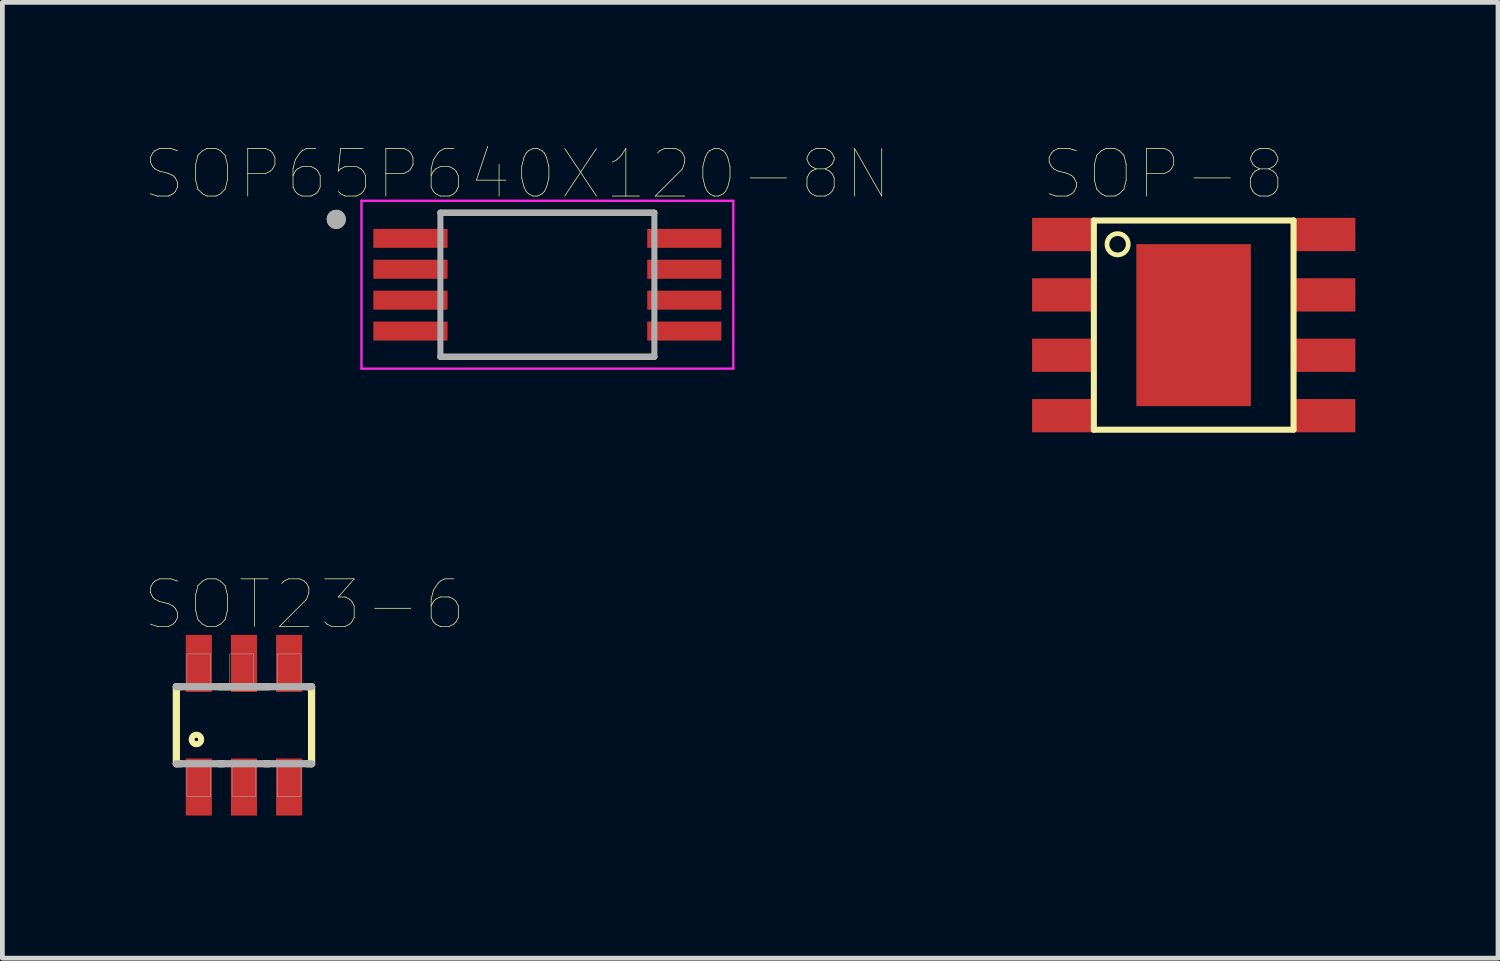
<source format=kicad_pcb>
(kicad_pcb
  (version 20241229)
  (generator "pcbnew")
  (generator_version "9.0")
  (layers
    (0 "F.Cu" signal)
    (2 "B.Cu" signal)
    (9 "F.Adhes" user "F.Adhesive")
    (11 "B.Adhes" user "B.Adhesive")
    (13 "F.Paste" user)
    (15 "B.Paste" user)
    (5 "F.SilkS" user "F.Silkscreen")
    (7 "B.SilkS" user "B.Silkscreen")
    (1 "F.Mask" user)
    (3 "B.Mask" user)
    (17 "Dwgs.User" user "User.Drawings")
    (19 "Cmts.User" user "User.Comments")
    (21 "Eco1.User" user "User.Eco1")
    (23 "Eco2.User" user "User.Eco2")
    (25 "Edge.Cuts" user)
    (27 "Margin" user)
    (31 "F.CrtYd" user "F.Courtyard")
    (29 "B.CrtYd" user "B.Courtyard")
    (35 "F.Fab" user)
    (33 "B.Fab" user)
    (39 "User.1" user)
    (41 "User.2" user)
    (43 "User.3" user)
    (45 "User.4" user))
  (footprint "SOP65P640X120-8N"
    (layer "F.Cu")
    (at 8.462 2.938)
    (property "Reference" "SOP65P640X120-8N" (at -0.635 -2.327 0) (layer "F.SilkS") (effects (font (size 1 1) (thickness 0.015))))
    (attr through_hole)
    (fp_line (start -2.25 -1.515) (end 2.25 -1.515) (stroke (width 0.127) (type solid)) (layer "F.SilkS"))
    (fp_line (start -2.25 1.515) (end 2.25 1.515) (stroke (width 0.127) (type solid)) (layer "F.SilkS"))
    (fp_circle (center -4.44 -1.375) (end -4.34 -1.375) (stroke (width 0.2) (type solid)) (fill no) (layer "F.SilkS"))
    (fp_line (start -3.91 -1.765) (end -3.91 1.765) (stroke (width 0.05) (type solid)) (layer "F.CrtYd"))
    (fp_line (start -3.91 -1.765) (end 3.91 -1.765) (stroke (width 0.05) (type solid)) (layer "F.CrtYd"))
    (fp_line (start -3.91 1.765) (end 3.91 1.765) (stroke (width 0.05) (type solid)) (layer "F.CrtYd"))
    (fp_line (start 3.91 -1.765) (end 3.91 1.765) (stroke (width 0.05) (type solid)) (layer "F.CrtYd"))
    (fp_line (start -2.25 -1.515) (end -2.25 1.515) (stroke (width 0.127) (type solid)) (layer "F.Fab"))
    (fp_line (start -2.25 -1.515) (end 2.25 -1.515) (stroke (width 0.127) (type solid)) (layer "F.Fab"))
    (fp_line (start -2.25 1.515) (end 2.25 1.515) (stroke (width 0.127) (type solid)) (layer "F.Fab"))
    (fp_line (start 2.25 -1.515) (end 2.25 1.515) (stroke (width 0.127) (type solid)) (layer "F.Fab"))
    (fp_circle (center -4.44 -1.375) (end -4.34 -1.375) (stroke (width 0.2) (type solid)) (fill no) (layer "F.Fab"))
    (pad "1" smd rect (at -2.88 -0.975) (size 1.56 0.4) (layers "F.Cu" "F.Mask" "F.Paste"))
    (pad "2" smd rect (at -2.88 -0.325) (size 1.56 0.4) (layers "F.Cu" "F.Mask" "F.Paste"))
    (pad "3" smd rect (at -2.88 0.325) (size 1.56 0.4) (layers "F.Cu" "F.Mask" "F.Paste"))
    (pad "4" smd rect (at -2.88 0.975) (size 1.56 0.4) (layers "F.Cu" "F.Mask" "F.Paste"))
    (pad "5" smd rect (at 2.88 0.975) (size 1.56 0.4) (layers "F.Cu" "F.Mask" "F.Paste"))
    (pad "6" smd rect (at 2.88 0.325) (size 1.56 0.4) (layers "F.Cu" "F.Mask" "F.Paste"))
    (pad "7" smd rect (at 2.88 -0.325) (size 1.56 0.4) (layers "F.Cu" "F.Mask" "F.Paste"))
    (pad "8" smd rect (at 2.88 -0.975) (size 1.56 0.4) (layers "F.Cu" "F.Mask" "F.Paste")))
  (footprint "SOT23-6"
    (layer "F.Cu")
    (at 2.081 12.202)
    (property "Reference" "SOT23-6" (at 1.27 -2.54 0) (layer "F.SilkS") (effects (font (size 1 1) (thickness 0.015))))
    (attr through_hole)
    (fp_line (start -1.422 -0.81) (end -1.328 -0.81) (stroke (width 0.152) (type solid)) (layer "F.SilkS"))
    (fp_line (start -1.422 0.81) (end -1.422 -0.81) (stroke (width 0.152) (type solid)) (layer "F.SilkS"))
    (fp_line (start -1.328 0.81) (end -1.422 0.81) (stroke (width 0.152) (type solid)) (layer "F.SilkS"))
    (fp_line (start -0.522 -0.81) (end 0.522 -0.81) (stroke (width 0.152) (type solid)) (layer "F.SilkS"))
    (fp_line (start -0.428 0.81) (end -0.522 0.81) (stroke (width 0.152) (type solid)) (layer "F.SilkS"))
    (fp_line (start 0.522 0.81) (end 0.428 0.81) (stroke (width 0.152) (type solid)) (layer "F.SilkS"))
    (fp_line (start 1.328 -0.81) (end 1.422 -0.81) (stroke (width 0.152) (type solid)) (layer "F.SilkS"))
    (fp_line (start 1.422 -0.81) (end 1.422 0.81) (stroke (width 0.152) (type solid)) (layer "F.SilkS"))
    (fp_line (start 1.422 0.81) (end 1.328 0.81) (stroke (width 0.152) (type solid)) (layer "F.SilkS"))
    (fp_circle (center -1 0.3) (end -0.9 0.3) (stroke (width 0.127) (type solid)) (fill no) (layer "F.SilkS"))
    (fp_line (start -1.422 -0.81) (end 1.422 -0.81) (stroke (width 0.152) (type solid)) (layer "F.Fab"))
    (fp_line (start 1.422 0.81) (end -1.422 0.81) (stroke (width 0.152) (type solid)) (layer "F.Fab"))
    (fp_poly (pts (xy -1.2 -1.5) (xy -0.7 -1.5) (xy -0.7 -0.85) (xy -1.2 -0.85)) (stroke (width 0.01) (type solid)) (fill no) (layer "F.Fab"))
    (fp_poly (pts (xy -1.2 0.85) (xy -0.7 0.85) (xy -0.7 1.5) (xy -1.2 1.5)) (stroke (width 0.01) (type solid)) (fill no) (layer "F.Fab"))
    (fp_poly (pts (xy -0.3 -1.5) (xy 0.2 -1.5) (xy 0.2 -0.85) (xy -0.3 -0.85)) (stroke (width 0.01) (type solid)) (fill no) (layer "F.Fab"))
    (fp_poly (pts (xy -0.25 0.85) (xy 0.25 0.85) (xy 0.25 1.5) (xy -0.25 1.5)) (stroke (width 0.01) (type solid)) (fill no) (layer "F.Fab"))
    (fp_poly (pts (xy 0.7 -1.5) (xy 1.2 -1.5) (xy 1.2 -0.85) (xy 0.7 -0.85)) (stroke (width 0.01) (type solid)) (fill no) (layer "F.Fab"))
    (fp_poly (pts (xy 0.7 0.85) (xy 1.2 0.85) (xy 1.2 1.5) (xy 0.7 1.5)) (stroke (width 0.01) (type solid)) (fill no) (layer "F.Fab"))
    (pad "1" smd rect (at -0.95 1.3) (size 0.55 1.2) (layers "F.Cu" "F.Mask" "F.Paste"))
    (pad "2" smd rect (at 0 1.3) (size 0.55 1.2) (layers "F.Cu" "F.Mask" "F.Paste"))
    (pad "3" smd rect (at 0.95 1.3) (size 0.55 1.2) (layers "F.Cu" "F.Mask" "F.Paste"))
    (pad "4" smd rect (at 0.95 -1.3) (size 0.55 1.2) (layers "F.Cu" "F.Mask" "F.Paste"))
    (pad "5" smd rect (at 0 -1.3) (size 0.55 1.2) (layers "F.Cu" "F.Mask" "F.Paste"))
    (pad "6" smd rect (at -0.95 -1.3) (size 0.55 1.2) (layers "F.Cu" "F.Mask" "F.Paste")))
  (footprint "SOP-8"
    (layer "F.Cu")
    (at 22.055 3.787)
    (property "Reference" "SOP-8" (at -0.635 -3.176 0) (layer "F.SilkS") (effects (font (size 1 1) (thickness 0.015))))
    (attr through_hole)
    (fp_poly (pts (xy -1.2 -1.7) (xy 1.2 -1.7) (xy 1.2 1.7) (xy -1.2 1.7)) (stroke (width 0.01) (type solid)) (fill yes) (layer "F.Cu"))
    (fp_line (start -2.1 -2.2) (end -2.1 2.2) (stroke (width 0.127) (type solid)) (layer "F.SilkS"))
    (fp_line (start -2.1 2.2) (end 2.1 2.2) (stroke (width 0.127) (type solid)) (layer "F.SilkS"))
    (fp_line (start 2.1 -2.2) (end -2.1 -2.2) (stroke (width 0.127) (type solid)) (layer "F.SilkS"))
    (fp_line (start 2.1 2.2) (end 2.1 -2.2) (stroke (width 0.127) (type solid)) (layer "F.SilkS"))
    (fp_circle (center -1.6 -1.7) (end -1.376 -1.7) (stroke (width 0.1) (type solid)) (fill no) (layer "F.SilkS"))
    (pad "1" smd rect (at -2.75 -1.905) (size 1.3 0.7) (layers "F.Cu" "F.Mask" "F.Paste"))
    (pad "2" smd rect (at -2.75 -0.635) (size 1.3 0.7) (layers "F.Cu" "F.Mask" "F.Paste"))
    (pad "3" smd rect (at -2.75 0.635) (size 1.3 0.7) (layers "F.Cu" "F.Mask" "F.Paste"))
    (pad "4" smd rect (at -2.75 1.905) (size 1.3 0.7) (layers "F.Cu" "F.Mask" "F.Paste"))
    (pad "5" smd rect (at 2.75 1.905) (size 1.3 0.7) (layers "F.Cu" "F.Mask" "F.Paste"))
    (pad "6" smd rect (at 2.75 0.635) (size 1.3 0.7) (layers "F.Cu" "F.Mask" "F.Paste"))
    (pad "7" smd rect (at 2.75 -0.635) (size 1.3 0.7) (layers "F.Cu" "F.Mask" "F.Paste"))
    (pad "8" smd rect (at 2.75 -1.905) (size 1.3 0.7) (layers "F.Cu" "F.Mask" "F.Paste")))
  (gr_rect
    (start -3 -3)
    (end 28.455 17.102)
    (stroke (width 0.1) (type default))
    (fill no)
    (layer "Edge.Cuts")))
</source>
